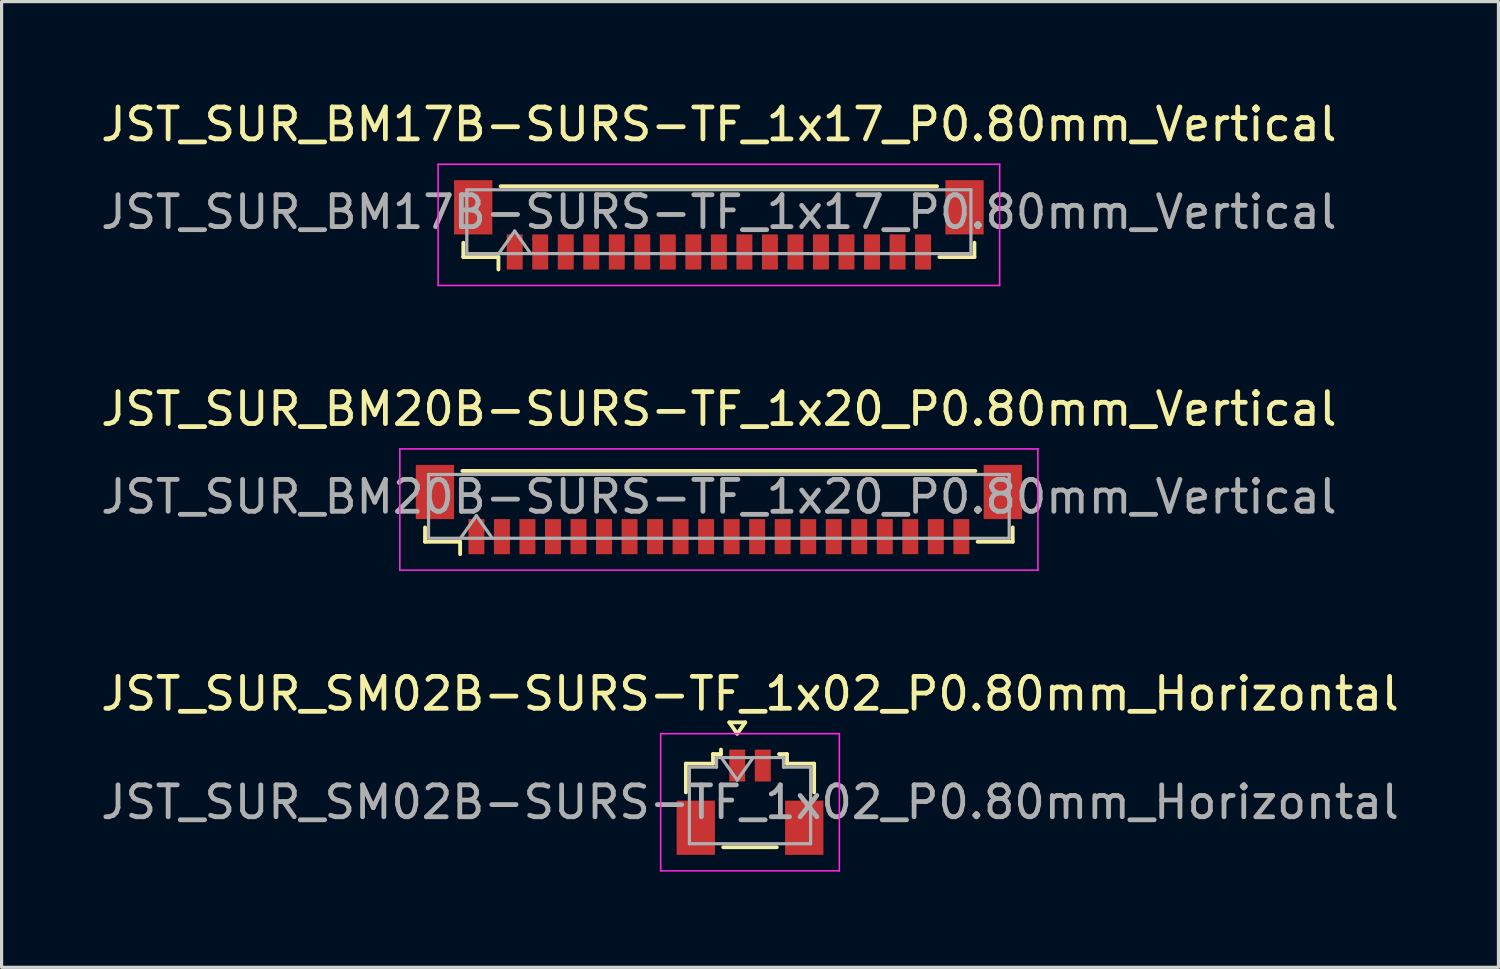
<source format=kicad_pcb>
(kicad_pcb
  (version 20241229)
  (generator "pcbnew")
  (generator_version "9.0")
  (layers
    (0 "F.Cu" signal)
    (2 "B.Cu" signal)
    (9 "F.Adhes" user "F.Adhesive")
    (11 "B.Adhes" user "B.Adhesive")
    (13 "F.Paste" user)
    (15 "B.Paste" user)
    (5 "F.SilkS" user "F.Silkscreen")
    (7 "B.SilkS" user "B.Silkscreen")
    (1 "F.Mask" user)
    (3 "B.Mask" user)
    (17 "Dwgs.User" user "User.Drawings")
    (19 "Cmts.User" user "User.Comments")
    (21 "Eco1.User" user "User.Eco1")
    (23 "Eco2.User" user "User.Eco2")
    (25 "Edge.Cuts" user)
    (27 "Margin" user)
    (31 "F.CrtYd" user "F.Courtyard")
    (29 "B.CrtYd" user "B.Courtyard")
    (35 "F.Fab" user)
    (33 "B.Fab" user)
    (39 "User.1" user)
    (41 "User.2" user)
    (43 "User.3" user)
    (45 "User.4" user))
  (footprint "JST_SUR_BM17B-SURS-TF_1x17_P0.80mm_Vertical"
    (layer "F.Cu")
    (at 19.482 3.998)
    (property "Reference" "JST_SUR_BM17B-SURS-TF_1x17_P0.80mm_Vertical" (at 0 -3.15 0) (layer "F.SilkS") (effects (font (size 1 1) (thickness 0.15))))
    (attr smd)
    (fp_line (start -8.01 0.56) (end -8.01 1.01) (stroke (width 0.12) (type solid)) (layer "F.SilkS"))
    (fp_line (start -8.01 1.01) (end -6.91 1.01) (stroke (width 0.12) (type solid)) (layer "F.SilkS"))
    (fp_line (start -6.91 1.01) (end -6.91 1.4) (stroke (width 0.12) (type solid)) (layer "F.SilkS"))
    (fp_line (start -6.84 -1.21) (end 6.84 -1.21) (stroke (width 0.12) (type solid)) (layer "F.SilkS"))
    (fp_line (start 8.01 0.56) (end 8.01 1.01) (stroke (width 0.12) (type solid)) (layer "F.SilkS"))
    (fp_line (start 8.01 1.01) (end 6.91 1.01) (stroke (width 0.12) (type solid)) (layer "F.SilkS"))
    (fp_line (start -8.8 -1.9) (end -8.8 1.9) (stroke (width 0.05) (type solid)) (layer "F.CrtYd"))
    (fp_line (start -8.8 1.9) (end 8.8 1.9) (stroke (width 0.05) (type solid)) (layer "F.CrtYd"))
    (fp_line (start 8.8 -1.9) (end -8.8 -1.9) (stroke (width 0.05) (type solid)) (layer "F.CrtYd"))
    (fp_line (start 8.8 1.9) (end 8.8 -1.9) (stroke (width 0.05) (type solid)) (layer "F.CrtYd"))
    (fp_line (start -7.9 -1.1) (end 7.9 -1.1) (stroke (width 0.1) (type solid)) (layer "F.Fab"))
    (fp_line (start -7.9 0.9) (end -7.9 -1.1) (stroke (width 0.1) (type solid)) (layer "F.Fab"))
    (fp_line (start -7.9 0.9) (end 7.9 0.9) (stroke (width 0.1) (type solid)) (layer "F.Fab"))
    (fp_line (start -6.9 0.9) (end -6.4 0.193) (stroke (width 0.1) (type solid)) (layer "F.Fab"))
    (fp_line (start -6.4 0.193) (end -5.9 0.9) (stroke (width 0.1) (type solid)) (layer "F.Fab"))
    (fp_line (start 7.9 0.9) (end 7.9 -1.1) (stroke (width 0.1) (type solid)) (layer "F.Fab"))
    (fp_text user "${REFERENCE}" (at 0 -0.4 0) (layer "F.Fab") (effects (font (size 1 1) (thickness 0.15))))
    (pad "" smd rect (at -7.7 -0.55) (size 1.2 1.7) (layers "F.Cu" "F.Mask" "F.Paste"))
    (pad "" smd rect (at 7.7 -0.55) (size 1.2 1.7) (layers "F.Cu" "F.Mask" "F.Paste"))
    (pad "1" smd rect (at -6.4 0.85) (size 0.5 1.1) (layers "F.Cu" "F.Mask" "F.Paste"))
    (pad "2" smd rect (at -5.6 0.85) (size 0.5 1.1) (layers "F.Cu" "F.Mask" "F.Paste"))
    (pad "3" smd rect (at -4.8 0.85) (size 0.5 1.1) (layers "F.Cu" "F.Mask" "F.Paste"))
    (pad "4" smd rect (at -4 0.85) (size 0.5 1.1) (layers "F.Cu" "F.Mask" "F.Paste"))
    (pad "5" smd rect (at -3.2 0.85) (size 0.5 1.1) (layers "F.Cu" "F.Mask" "F.Paste"))
    (pad "6" smd rect (at -2.4 0.85) (size 0.5 1.1) (layers "F.Cu" "F.Mask" "F.Paste"))
    (pad "7" smd rect (at -1.6 0.85) (size 0.5 1.1) (layers "F.Cu" "F.Mask" "F.Paste"))
    (pad "8" smd rect (at -0.8 0.85) (size 0.5 1.1) (layers "F.Cu" "F.Mask" "F.Paste"))
    (pad "9" smd rect (at 0 0.85) (size 0.5 1.1) (layers "F.Cu" "F.Mask" "F.Paste"))
    (pad "10" smd rect (at 0.8 0.85) (size 0.5 1.1) (layers "F.Cu" "F.Mask" "F.Paste"))
    (pad "11" smd rect (at 1.6 0.85) (size 0.5 1.1) (layers "F.Cu" "F.Mask" "F.Paste"))
    (pad "12" smd rect (at 2.4 0.85) (size 0.5 1.1) (layers "F.Cu" "F.Mask" "F.Paste"))
    (pad "13" smd rect (at 3.2 0.85) (size 0.5 1.1) (layers "F.Cu" "F.Mask" "F.Paste"))
    (pad "14" smd rect (at 4 0.85) (size 0.5 1.1) (layers "F.Cu" "F.Mask" "F.Paste"))
    (pad "15" smd rect (at 4.8 0.85) (size 0.5 1.1) (layers "F.Cu" "F.Mask" "F.Paste"))
    (pad "16" smd rect (at 5.6 0.85) (size 0.5 1.1) (layers "F.Cu" "F.Mask" "F.Paste"))
    (pad "17" smd rect (at 6.4 0.85) (size 0.5 1.1) (layers "F.Cu" "F.Mask" "F.Paste")))
  (footprint "JST_SUR_SM02B-SURS-TF_1x02_P0.80mm_Horizontal"
    (layer "F.Cu")
    (at 20.458 22.095)
    (property "Reference" "JST_SUR_SM02B-SURS-TF_1x02_P0.80mm_Horizontal" (at 0 -3.4 0) (layer "F.SilkS") (effects (font (size 1 1) (thickness 0.15))))
    (attr smd)
    (fp_line (start -2.01 -1.21) (end -1.16 -1.21) (stroke (width 0.12) (type solid)) (layer "F.SilkS"))
    (fp_line (start -2.01 -0.31) (end -2.01 -1.21) (stroke (width 0.12) (type solid)) (layer "F.SilkS"))
    (fp_line (start -1.16 -1.51) (end -0.91 -1.51) (stroke (width 0.12) (type solid)) (layer "F.SilkS"))
    (fp_line (start -1.16 -1.21) (end -1.16 -1.51) (stroke (width 0.12) (type solid)) (layer "F.SilkS"))
    (fp_line (start -0.91 -1.51) (end -0.91 -1.65) (stroke (width 0.12) (type solid)) (layer "F.SilkS"))
    (fp_line (start -0.84 1.41) (end 0.84 1.41) (stroke (width 0.12) (type solid)) (layer "F.SilkS"))
    (fp_line (start -0.65 -2.504) (end -0.4 -2.15) (stroke (width 0.12) (type solid)) (layer "F.SilkS"))
    (fp_line (start -0.4 -2.15) (end -0.15 -2.504) (stroke (width 0.12) (type solid)) (layer "F.SilkS"))
    (fp_line (start -0.15 -2.504) (end -0.65 -2.504) (stroke (width 0.12) (type solid)) (layer "F.SilkS"))
    (fp_line (start 1.16 -1.51) (end 0.91 -1.51) (stroke (width 0.12) (type solid)) (layer "F.SilkS"))
    (fp_line (start 1.16 -1.21) (end 1.16 -1.51) (stroke (width 0.12) (type solid)) (layer "F.SilkS"))
    (fp_line (start 2.01 -1.21) (end 1.16 -1.21) (stroke (width 0.12) (type solid)) (layer "F.SilkS"))
    (fp_line (start 2.01 -0.31) (end 2.01 -1.21) (stroke (width 0.12) (type solid)) (layer "F.SilkS"))
    (fp_line (start -2.8 -2.15) (end -2.8 2.15) (stroke (width 0.05) (type solid)) (layer "F.CrtYd"))
    (fp_line (start -2.8 2.15) (end 2.8 2.15) (stroke (width 0.05) (type solid)) (layer "F.CrtYd"))
    (fp_line (start 2.8 -2.15) (end -2.8 -2.15) (stroke (width 0.05) (type solid)) (layer "F.CrtYd"))
    (fp_line (start 2.8 2.15) (end 2.8 -2.15) (stroke (width 0.05) (type solid)) (layer "F.CrtYd"))
    (fp_line (start -1.9 -1.1) (end -1.9 1.3) (stroke (width 0.1) (type solid)) (layer "F.Fab"))
    (fp_line (start -1.9 -1.1) (end -1.05 -1.1) (stroke (width 0.1) (type solid)) (layer "F.Fab"))
    (fp_line (start -1.9 1.3) (end 1.9 1.3) (stroke (width 0.1) (type solid)) (layer "F.Fab"))
    (fp_line (start -1.05 -1.4) (end 1.05 -1.4) (stroke (width 0.1) (type solid)) (layer "F.Fab"))
    (fp_line (start -1.05 -1.1) (end -1.05 -1.4) (stroke (width 0.1) (type solid)) (layer "F.Fab"))
    (fp_line (start -0.9 -1.4) (end -0.4 -0.693) (stroke (width 0.1) (type solid)) (layer "F.Fab"))
    (fp_line (start -0.4 -0.693) (end 0.1 -1.4) (stroke (width 0.1) (type solid)) (layer "F.Fab"))
    (fp_line (start 1.05 -1.4) (end 1.05 -1.1) (stroke (width 0.1) (type solid)) (layer "F.Fab"))
    (fp_line (start 1.05 -1.1) (end 1.9 -1.1) (stroke (width 0.1) (type solid)) (layer "F.Fab"))
    (fp_line (start 1.9 -1.1) (end 1.9 1.3) (stroke (width 0.1) (type solid)) (layer "F.Fab"))
    (fp_text user "${REFERENCE}" (at 0 0 0) (layer "F.Fab") (effects (font (size 1 1) (thickness 0.15))))
    (pad "" smd rect (at -1.7 0.8) (size 1.2 1.7) (layers "F.Cu" "F.Mask" "F.Paste"))
    (pad "" smd rect (at 1.7 0.8) (size 1.2 1.7) (layers "F.Cu" "F.Mask" "F.Paste"))
    (pad "1" smd rect (at -0.4 -1.15) (size 0.5 1) (layers "F.Cu" "F.Mask" "F.Paste"))
    (pad "2" smd rect (at 0.4 -1.15) (size 0.5 1) (layers "F.Cu" "F.Mask" "F.Paste")))
  (footprint "JST_SUR_BM20B-SURS-TF_1x20_P0.80mm_Vertical"
    (layer "F.Cu")
    (at 19.482 12.921)
    (property "Reference" "JST_SUR_BM20B-SURS-TF_1x20_P0.80mm_Vertical" (at 0 -3.15 0) (layer "F.SilkS") (effects (font (size 1 1) (thickness 0.15))))
    (attr smd)
    (fp_line (start -9.21 0.56) (end -9.21 1.01) (stroke (width 0.12) (type solid)) (layer "F.SilkS"))
    (fp_line (start -9.21 1.01) (end -8.11 1.01) (stroke (width 0.12) (type solid)) (layer "F.SilkS"))
    (fp_line (start -8.11 1.01) (end -8.11 1.4) (stroke (width 0.12) (type solid)) (layer "F.SilkS"))
    (fp_line (start -8.04 -1.21) (end 8.04 -1.21) (stroke (width 0.12) (type solid)) (layer "F.SilkS"))
    (fp_line (start 9.21 0.56) (end 9.21 1.01) (stroke (width 0.12) (type solid)) (layer "F.SilkS"))
    (fp_line (start 9.21 1.01) (end 8.11 1.01) (stroke (width 0.12) (type solid)) (layer "F.SilkS"))
    (fp_line (start -10 -1.9) (end -10 1.9) (stroke (width 0.05) (type solid)) (layer "F.CrtYd"))
    (fp_line (start -10 1.9) (end 10 1.9) (stroke (width 0.05) (type solid)) (layer "F.CrtYd"))
    (fp_line (start 10 -1.9) (end -10 -1.9) (stroke (width 0.05) (type solid)) (layer "F.CrtYd"))
    (fp_line (start 10 1.9) (end 10 -1.9) (stroke (width 0.05) (type solid)) (layer "F.CrtYd"))
    (fp_line (start -9.1 -1.1) (end 9.1 -1.1) (stroke (width 0.1) (type solid)) (layer "F.Fab"))
    (fp_line (start -9.1 0.9) (end -9.1 -1.1) (stroke (width 0.1) (type solid)) (layer "F.Fab"))
    (fp_line (start -9.1 0.9) (end 9.1 0.9) (stroke (width 0.1) (type solid)) (layer "F.Fab"))
    (fp_line (start -8.1 0.9) (end -7.6 0.193) (stroke (width 0.1) (type solid)) (layer "F.Fab"))
    (fp_line (start -7.6 0.193) (end -7.1 0.9) (stroke (width 0.1) (type solid)) (layer "F.Fab"))
    (fp_line (start 9.1 0.9) (end 9.1 -1.1) (stroke (width 0.1) (type solid)) (layer "F.Fab"))
    (fp_text user "${REFERENCE}" (at 0 -0.4 0) (layer "F.Fab") (effects (font (size 1 1) (thickness 0.15))))
    (pad "" smd rect (at -8.9 -0.55) (size 1.2 1.7) (layers "F.Cu" "F.Mask" "F.Paste"))
    (pad "" smd rect (at 8.9 -0.55) (size 1.2 1.7) (layers "F.Cu" "F.Mask" "F.Paste"))
    (pad "1" smd rect (at -7.6 0.85) (size 0.5 1.1) (layers "F.Cu" "F.Mask" "F.Paste"))
    (pad "2" smd rect (at -6.8 0.85) (size 0.5 1.1) (layers "F.Cu" "F.Mask" "F.Paste"))
    (pad "3" smd rect (at -6 0.85) (size 0.5 1.1) (layers "F.Cu" "F.Mask" "F.Paste"))
    (pad "4" smd rect (at -5.2 0.85) (size 0.5 1.1) (layers "F.Cu" "F.Mask" "F.Paste"))
    (pad "5" smd rect (at -4.4 0.85) (size 0.5 1.1) (layers "F.Cu" "F.Mask" "F.Paste"))
    (pad "6" smd rect (at -3.6 0.85) (size 0.5 1.1) (layers "F.Cu" "F.Mask" "F.Paste"))
    (pad "7" smd rect (at -2.8 0.85) (size 0.5 1.1) (layers "F.Cu" "F.Mask" "F.Paste"))
    (pad "8" smd rect (at -2 0.85) (size 0.5 1.1) (layers "F.Cu" "F.Mask" "F.Paste"))
    (pad "9" smd rect (at -1.2 0.85) (size 0.5 1.1) (layers "F.Cu" "F.Mask" "F.Paste"))
    (pad "10" smd rect (at -0.4 0.85) (size 0.5 1.1) (layers "F.Cu" "F.Mask" "F.Paste"))
    (pad "11" smd rect (at 0.4 0.85) (size 0.5 1.1) (layers "F.Cu" "F.Mask" "F.Paste"))
    (pad "12" smd rect (at 1.2 0.85) (size 0.5 1.1) (layers "F.Cu" "F.Mask" "F.Paste"))
    (pad "13" smd rect (at 2 0.85) (size 0.5 1.1) (layers "F.Cu" "F.Mask" "F.Paste"))
    (pad "14" smd rect (at 2.8 0.85) (size 0.5 1.1) (layers "F.Cu" "F.Mask" "F.Paste"))
    (pad "15" smd rect (at 3.6 0.85) (size 0.5 1.1) (layers "F.Cu" "F.Mask" "F.Paste"))
    (pad "16" smd rect (at 4.4 0.85) (size 0.5 1.1) (layers "F.Cu" "F.Mask" "F.Paste"))
    (pad "17" smd rect (at 5.2 0.85) (size 0.5 1.1) (layers "F.Cu" "F.Mask" "F.Paste"))
    (pad "18" smd rect (at 6 0.85) (size 0.5 1.1) (layers "F.Cu" "F.Mask" "F.Paste"))
    (pad "19" smd rect (at 6.8 0.85) (size 0.5 1.1) (layers "F.Cu" "F.Mask" "F.Paste"))
    (pad "20" smd rect (at 7.6 0.85) (size 0.5 1.1) (layers "F.Cu" "F.Mask" "F.Paste")))
  (gr_rect
    (start -3 -3)
    (end 43.917 27.27)
    (stroke (width 0.1) (type default))
    (fill no)
    (layer "Edge.Cuts")))
</source>
